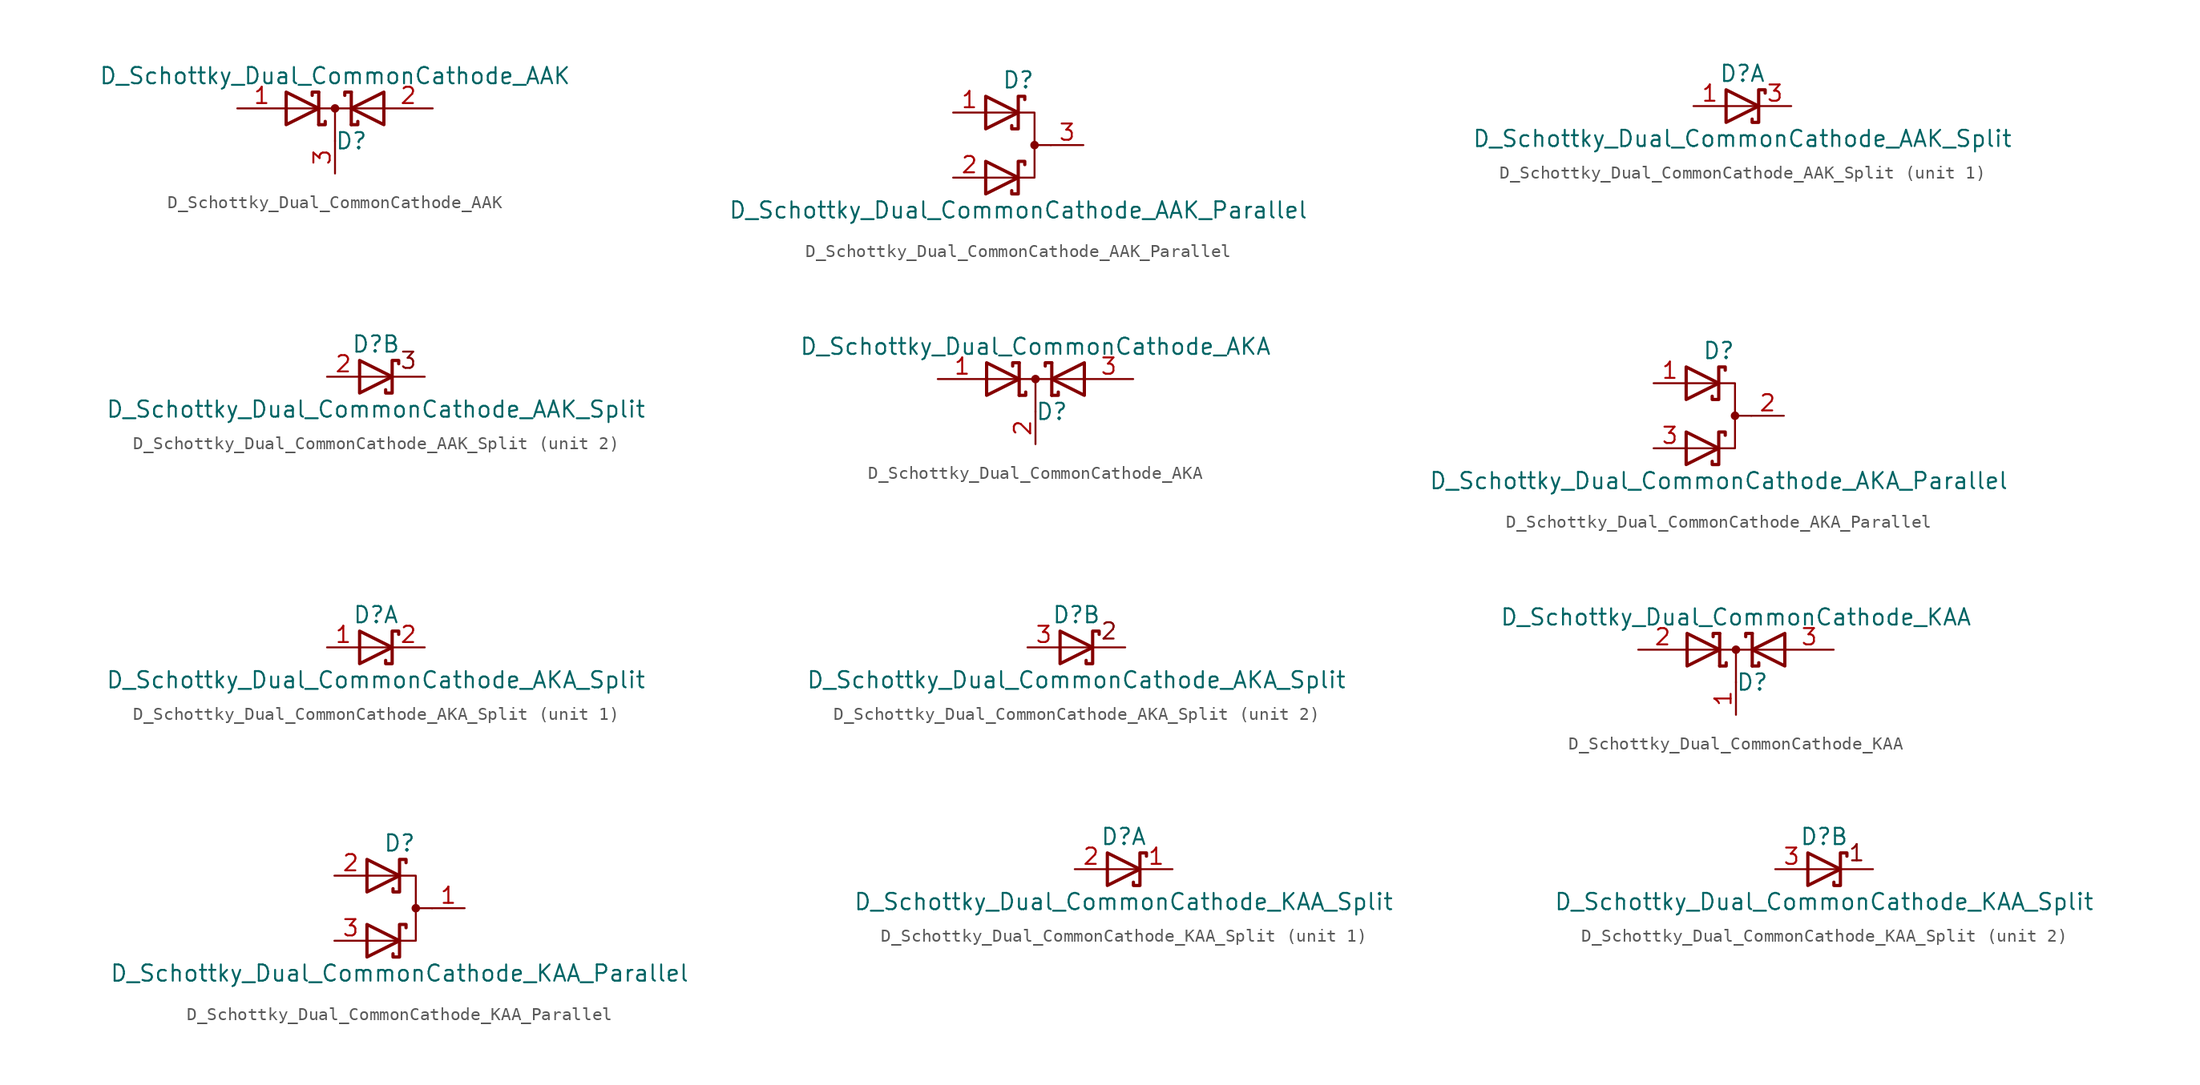
<source format=kicad_sym>
(kicad_symbol_lib
  (version 20241209)
  (generator "kicad_symbol_editor")
  (generator_version "9.0")
  (symbol "D_Schottky_Dual_CommonCathode_AAK"
    (pin_names
      (offset 0.762)
      (hide yes))
    (property "Reference" "D"
      (at 1.27 -2.54 0)
      (effects (font (size 1.27 1.27))))
    (property "Value" "D_Schottky_Dual_CommonCathode_AAK"
      (at 0 2.54 0)
      (effects (font (size 1.27 1.27))))
    (symbol "D_Schottky_Dual_CommonCathode_AAK_0_1"
      (polyline (pts (xy -3.81 1.27) (xy -1.27 0) (xy -3.81 -1.27) (xy -3.81 1.27) (xy -3.81 1.27) (xy -3.81 1.27)) (stroke (width 0.254) (type solid)) (fill (type none)))
      (polyline (pts (xy -3.81 0) (xy 3.81 0)) (stroke (width 0) (type solid)) (fill (type none)))
      (polyline (pts (xy -1.778 1.016) (xy -1.778 1.27) (xy -1.27 1.27) (xy -1.27 1.27) (xy -1.27 1.27)) (stroke (width 0.254) (type solid)) (fill (type none)))
      (polyline (pts (xy -1.27 -1.27) (xy -1.27 1.27) (xy -1.27 1.27)) (stroke (width 0.254) (type solid)) (fill (type none)))
      (polyline (pts (xy -1.27 -1.27) (xy -0.762 -1.27) (xy -0.762 -1.016) (xy -0.762 -1.016)) (stroke (width 0.254) (type solid)) (fill (type none)))
      (polyline (pts (xy 0 0) (xy 0 -2.54)) (stroke (width 0) (type solid)) (fill (type none)))
      (circle (center 0 0) (radius 0.254) (stroke (width 0) (type solid)) (fill (type outline)))
      (polyline (pts (xy 1.27 1.27) (xy 0.762 1.27) (xy 0.762 1.016) (xy 0.762 1.016)) (stroke (width 0.254) (type solid)) (fill (type none)))
      (polyline (pts (xy 1.27 -1.27) (xy 1.27 1.27) (xy 1.27 1.27)) (stroke (width 0.254) (type solid)) (fill (type none)))
      (polyline (pts (xy 1.27 -1.27) (xy 1.778 -1.27) (xy 1.778 -1.016) (xy 1.778 -1.016)) (stroke (width 0.254) (type solid)) (fill (type none)))
      (polyline (pts (xy 3.81 -1.27) (xy 1.27 0) (xy 3.81 1.27) (xy 3.81 -1.27) (xy 3.81 -1.27) (xy 3.81 -1.27)) (stroke (width 0.254) (type solid)) (fill (type none)))
      (pin passive line (at -7.62 0 0) (length 3.81) (name "A" (effects (font (size 1.27 1.27)))) (number "1" (effects (font (size 1.27 1.27)))))
      (pin passive line (at 0 -5.08 90) (length 2.54) (name "K" (effects (font (size 1.27 1.27)))) (number "3" (effects (font (size 1.27 1.27)))))
      (pin passive line (at 7.62 0 180) (length 3.81) (name "A" (effects (font (size 1.27 1.27)))) (number "2" (effects (font (size 1.27 1.27)))))))
  (symbol "D_Schottky_Dual_CommonCathode_AAK_Parallel"
    (pin_names
      (offset 0.762)
      (hide yes))
    (property "Reference" "D"
      (at 0 5.08 0)
      (effects (font (size 1.27 1.27))))
    (property "Value" "D_Schottky_Dual_CommonCathode_AAK_Parallel"
      (at 0 -5.08 0)
      (effects (font (size 1.27 1.27))))
    (symbol "D_Schottky_Dual_CommonCathode_AAK_Parallel_0_1"
      (polyline (pts (xy -2.54 3.81) (xy 0 2.54) (xy -2.54 1.27) (xy -2.54 3.81) (xy -2.54 3.81) (xy -2.54 3.81)) (stroke (width 0.254) (type solid)) (fill (type none)))
      (polyline (pts (xy -2.54 -1.27) (xy 0 -2.54) (xy -2.54 -3.81) (xy -2.54 -1.27) (xy -2.54 -1.27) (xy -2.54 -1.27)) (stroke (width 0.254) (type solid)) (fill (type none)))
      (polyline (pts (xy -2.54 -2.54) (xy 1.27 -2.54) (xy 1.27 2.54) (xy -2.54 2.54)) (stroke (width 0) (type solid)) (fill (type none)))
      (polyline (pts (xy 0.508 3.556) (xy 0.508 3.81) (xy 0 3.81) (xy 0 1.27) (xy -0.508 1.27) (xy -0.508 1.524)) (stroke (width 0.254) (type solid)) (fill (type none)))
      (polyline (pts (xy 0.508 -1.524) (xy 0.508 -1.27) (xy 0 -1.27) (xy 0 -3.81) (xy -0.508 -3.81) (xy -0.508 -3.556)) (stroke (width 0.254) (type solid)) (fill (type none)))
      (polyline (pts (xy 1.27 0) (xy 2.54 0)) (stroke (width 0) (type solid)) (fill (type none)))
      (circle (center 1.27 0) (radius 0.254) (stroke (width 0) (type solid)) (fill (type outline)))
      (pin passive line (at -5.08 2.54 0) (length 2.54) (name "K" (effects (font (size 1.27 1.27)))) (number "1" (effects (font (size 1.27 1.27)))))
      (pin passive line (at -5.08 -2.54 0) (length 2.54) (name "K" (effects (font (size 1.27 1.27)))) (number "2" (effects (font (size 1.27 1.27)))))
      (pin passive line (at 5.08 0 180) (length 2.54) (name "A" (effects (font (size 1.27 1.27)))) (number "3" (effects (font (size 1.27 1.27)))))))
  (symbol "D_Schottky_Dual_CommonCathode_AAK_Split"
    (pin_names
      (offset 0.762)
      (hide yes))
    (property "Reference" "D"
      (at 0 2.54 0)
      (effects (font (size 1.27 1.27))))
    (property "Value" "D_Schottky_Dual_CommonCathode_AAK_Split"
      (at 0 -2.54 0)
      (effects (font (size 1.27 1.27))))
    (property "ki_locked" ""
      (at 0 0 0)
      (effects (font (size 1.27 1.27))))
    (symbol "D_Schottky_Dual_CommonCathode_AAK_Split_0_1"
      (polyline (pts (xy -1.27 1.27) (xy 1.27 0) (xy -1.27 -1.27) (xy -1.27 1.27) (xy -1.27 1.27) (xy -1.27 1.27)) (stroke (width 0.254) (type solid)) (fill (type none)))
      (polyline (pts (xy 1.778 1.016) (xy 1.778 1.27) (xy 1.27 1.27) (xy 1.27 -1.27) (xy 0.762 -1.27) (xy 0.762 -1.016)) (stroke (width 0.254) (type solid)) (fill (type none))))
    (symbol "D_Schottky_Dual_CommonCathode_AAK_Split_1_1"
      (polyline (pts (xy 1.27 0) (xy -1.27 0)) (stroke (width 0) (type solid)) (fill (type none)))
      (pin passive line (at -3.81 0 0) (length 2.54) (name "A" (effects (font (size 1.27 1.27)))) (number "1" (effects (font (size 1.27 1.27)))))
      (pin passive line (at 3.81 0 180) (length 2.54) (name "K" (effects (font (size 1.27 1.27)))) (number "3" (effects (font (size 1.27 1.27))))))
    (symbol "D_Schottky_Dual_CommonCathode_AAK_Split_2_0"
      (polyline (pts (xy 3.81 0) (xy -1.27 0)) (stroke (width 0) (type solid)) (fill (type none)))
      (text "3" (at 2.54 1.27 0) (effects (font (size 1.27 1.27)))))
    (symbol "D_Schottky_Dual_CommonCathode_AAK_Split_2_1"
      (pin passive line (at -3.81 0 0) (length 2.54) (name "K" (effects (font (size 1.27 1.27)))) (number "2" (effects (font (size 1.27 1.27)))))))
  (symbol "D_Schottky_Dual_CommonCathode_AKA"
    (pin_names
      (offset 0.762)
      (hide yes))
    (property "Reference" "D"
      (at 1.27 -2.54 0)
      (effects (font (size 1.27 1.27))))
    (property "Value" "D_Schottky_Dual_CommonCathode_AKA"
      (at 0 2.54 0)
      (effects (font (size 1.27 1.27))))
    (symbol "D_Schottky_Dual_CommonCathode_AKA_0_1"
      (polyline (pts (xy -3.81 1.27) (xy -1.27 0) (xy -3.81 -1.27) (xy -3.81 1.27) (xy -3.81 1.27) (xy -3.81 1.27)) (stroke (width 0.254) (type solid)) (fill (type none)))
      (polyline (pts (xy -1.778 1.016) (xy -1.778 1.27) (xy -1.27 1.27) (xy -1.27 1.27) (xy -1.27 1.27)) (stroke (width 0.254) (type solid)) (fill (type none)))
      (polyline (pts (xy -1.27 -1.27) (xy -1.27 1.27) (xy -1.27 1.27)) (stroke (width 0.254) (type solid)) (fill (type none)))
      (polyline (pts (xy -1.27 -1.27) (xy -0.762 -1.27) (xy -0.762 -1.016) (xy -0.762 -1.016)) (stroke (width 0.254) (type solid)) (fill (type none)))
      (polyline (pts (xy 0 0) (xy 0 -2.54)) (stroke (width 0) (type solid)) (fill (type none)))
      (circle (center 0 0) (radius 0.254) (stroke (width 0) (type solid)) (fill (type outline)))
      (polyline (pts (xy 1.27 1.27) (xy 0.762 1.27) (xy 0.762 1.016) (xy 0.762 1.016)) (stroke (width 0.254) (type solid)) (fill (type none)))
      (polyline (pts (xy 1.27 -1.27) (xy 1.27 1.27) (xy 1.27 1.27)) (stroke (width 0.254) (type solid)) (fill (type none)))
      (polyline (pts (xy 1.27 -1.27) (xy 1.778 -1.27) (xy 1.778 -1.016) (xy 1.778 -1.016)) (stroke (width 0.254) (type solid)) (fill (type none)))
      (polyline (pts (xy 3.81 0) (xy -3.81 0)) (stroke (width 0) (type solid)) (fill (type none)))
      (polyline (pts (xy 3.81 -1.27) (xy 1.27 0) (xy 3.81 1.27) (xy 3.81 -1.27) (xy 3.81 -1.27) (xy 3.81 -1.27)) (stroke (width 0.254) (type solid)) (fill (type none)))
      (pin passive line (at -7.62 0 0) (length 3.81) (name "A" (effects (font (size 1.27 1.27)))) (number "1" (effects (font (size 1.27 1.27)))))
      (pin passive line (at 0 -5.08 90) (length 2.54) (name "K" (effects (font (size 1.27 1.27)))) (number "2" (effects (font (size 1.27 1.27)))))
      (pin passive line (at 7.62 0 180) (length 3.81) (name "A" (effects (font (size 1.27 1.27)))) (number "3" (effects (font (size 1.27 1.27)))))))
  (symbol "D_Schottky_Dual_CommonCathode_AKA_Parallel"
    (pin_names
      (offset 0.762)
      (hide yes))
    (property "Reference" "D"
      (at 0 5.08 0)
      (effects (font (size 1.27 1.27))))
    (property "Value" "D_Schottky_Dual_CommonCathode_AKA_Parallel"
      (at 0 -5.08 0)
      (effects (font (size 1.27 1.27))))
    (symbol "D_Schottky_Dual_CommonCathode_AKA_Parallel_0_1"
      (polyline (pts (xy -2.54 3.81) (xy 0 2.54) (xy -2.54 1.27) (xy -2.54 3.81) (xy -2.54 3.81) (xy -2.54 3.81)) (stroke (width 0.254) (type solid)) (fill (type none)))
      (polyline (pts (xy -2.54 -1.27) (xy 0 -2.54) (xy -2.54 -3.81) (xy -2.54 -1.27) (xy -2.54 -1.27) (xy -2.54 -1.27)) (stroke (width 0.254) (type solid)) (fill (type none)))
      (polyline (pts (xy -2.54 -2.54) (xy 1.27 -2.54) (xy 1.27 2.54) (xy -2.54 2.54)) (stroke (width 0) (type solid)) (fill (type none)))
      (polyline (pts (xy 0.508 3.556) (xy 0.508 3.81) (xy 0 3.81) (xy 0 1.27) (xy -0.508 1.27) (xy -0.508 1.524)) (stroke (width 0.254) (type solid)) (fill (type none)))
      (polyline (pts (xy 0.508 -1.524) (xy 0.508 -1.27) (xy 0 -1.27) (xy 0 -3.81) (xy -0.508 -3.81) (xy -0.508 -3.556)) (stroke (width 0.254) (type solid)) (fill (type none)))
      (polyline (pts (xy 1.27 0) (xy 2.54 0)) (stroke (width 0) (type solid)) (fill (type none)))
      (circle (center 1.27 0) (radius 0.254) (stroke (width 0) (type solid)) (fill (type outline)))
      (pin passive line (at -5.08 2.54 0) (length 2.54) (name "K" (effects (font (size 1.27 1.27)))) (number "1" (effects (font (size 1.27 1.27)))))
      (pin passive line (at -5.08 -2.54 0) (length 2.54) (name "K" (effects (font (size 1.27 1.27)))) (number "3" (effects (font (size 1.27 1.27)))))
      (pin passive line (at 5.08 0 180) (length 2.54) (name "A" (effects (font (size 1.27 1.27)))) (number "2" (effects (font (size 1.27 1.27)))))))
  (symbol "D_Schottky_Dual_CommonCathode_AKA_Split"
    (pin_names
      (offset 0.762)
      (hide yes))
    (property "Reference" "D"
      (at 0 2.54 0)
      (effects (font (size 1.27 1.27))))
    (property "Value" "D_Schottky_Dual_CommonCathode_AKA_Split"
      (at 0 -2.54 0)
      (effects (font (size 1.27 1.27))))
    (property "ki_locked" ""
      (at 0 0 0)
      (effects (font (size 1.27 1.27))))
    (symbol "D_Schottky_Dual_CommonCathode_AKA_Split_0_1"
      (polyline (pts (xy -1.27 1.27) (xy 1.27 0) (xy -1.27 -1.27) (xy -1.27 1.27) (xy -1.27 1.27) (xy -1.27 1.27)) (stroke (width 0.254) (type solid)) (fill (type none)))
      (polyline (pts (xy 1.778 1.016) (xy 1.778 1.27) (xy 1.27 1.27) (xy 1.27 -1.27) (xy 0.762 -1.27) (xy 0.762 -1.016)) (stroke (width 0.254) (type solid)) (fill (type none))))
    (symbol "D_Schottky_Dual_CommonCathode_AKA_Split_1_1"
      (polyline (pts (xy 1.27 0) (xy -1.27 0)) (stroke (width 0) (type solid)) (fill (type none)))
      (pin passive line (at -3.81 0 0) (length 2.54) (name "A" (effects (font (size 1.27 1.27)))) (number "1" (effects (font (size 1.27 1.27)))))
      (pin passive line (at 3.81 0 180) (length 2.54) (name "K" (effects (font (size 1.27 1.27)))) (number "2" (effects (font (size 1.27 1.27))))))
    (symbol "D_Schottky_Dual_CommonCathode_AKA_Split_2_0"
      (polyline (pts (xy 3.81 0) (xy -1.27 0)) (stroke (width 0) (type solid)) (fill (type none)))
      (text "2" (at 2.54 1.27 0) (effects (font (size 1.27 1.27)))))
    (symbol "D_Schottky_Dual_CommonCathode_AKA_Split_2_1"
      (pin passive line (at -3.81 0 0) (length 2.54) (name "K" (effects (font (size 1.27 1.27)))) (number "3" (effects (font (size 1.27 1.27)))))))
  (symbol "D_Schottky_Dual_CommonCathode_KAA"
    (pin_names
      (offset 0.762)
      (hide yes))
    (property "Reference" "D"
      (at 1.27 -2.54 0)
      (effects (font (size 1.27 1.27))))
    (property "Value" "D_Schottky_Dual_CommonCathode_KAA"
      (at 0 2.54 0)
      (effects (font (size 1.27 1.27))))
    (symbol "D_Schottky_Dual_CommonCathode_KAA_0_1"
      (polyline (pts (xy -3.81 1.27) (xy -1.27 0) (xy -3.81 -1.27) (xy -3.81 1.27) (xy -3.81 1.27) (xy -3.81 1.27)) (stroke (width 0.254) (type solid)) (fill (type none)))
      (polyline (pts (xy -3.81 0) (xy 3.81 0)) (stroke (width 0) (type solid)) (fill (type none)))
      (polyline (pts (xy -1.778 1.016) (xy -1.778 1.27) (xy -1.27 1.27) (xy -1.27 1.27) (xy -1.27 1.27)) (stroke (width 0.254) (type solid)) (fill (type none)))
      (polyline (pts (xy -1.27 -1.27) (xy -1.27 1.27) (xy -1.27 1.27)) (stroke (width 0.254) (type solid)) (fill (type none)))
      (polyline (pts (xy -1.27 -1.27) (xy -0.762 -1.27) (xy -0.762 -1.016) (xy -0.762 -1.016)) (stroke (width 0.254) (type solid)) (fill (type none)))
      (polyline (pts (xy 0 0) (xy 0 -2.54)) (stroke (width 0) (type solid)) (fill (type none)))
      (circle (center 0 0) (radius 0.254) (stroke (width 0) (type solid)) (fill (type outline)))
      (polyline (pts (xy 1.27 1.27) (xy 0.762 1.27) (xy 0.762 1.016) (xy 0.762 1.016)) (stroke (width 0.254) (type solid)) (fill (type none)))
      (polyline (pts (xy 1.27 -1.27) (xy 1.27 1.27) (xy 1.27 1.27)) (stroke (width 0.254) (type solid)) (fill (type none)))
      (polyline (pts (xy 1.27 -1.27) (xy 1.778 -1.27) (xy 1.778 -1.016) (xy 1.778 -1.016)) (stroke (width 0.254) (type solid)) (fill (type none)))
      (polyline (pts (xy 3.81 -1.27) (xy 1.27 0) (xy 3.81 1.27) (xy 3.81 -1.27) (xy 3.81 -1.27) (xy 3.81 -1.27)) (stroke (width 0.254) (type solid)) (fill (type none)))
      (pin passive line (at -7.62 0 0) (length 3.81) (name "A" (effects (font (size 1.27 1.27)))) (number "2" (effects (font (size 1.27 1.27)))))
      (pin passive line (at 0 -5.08 90) (length 2.54) (name "K" (effects (font (size 1.27 1.27)))) (number "1" (effects (font (size 1.27 1.27)))))
      (pin passive line (at 7.62 0 180) (length 3.81) (name "A" (effects (font (size 1.27 1.27)))) (number "3" (effects (font (size 1.27 1.27)))))))
  (symbol "D_Schottky_Dual_CommonCathode_KAA_Parallel"
    (pin_names
      (offset 0.762)
      (hide yes))
    (property "Reference" "D"
      (at 0 5.08 0)
      (effects (font (size 1.27 1.27))))
    (property "Value" "D_Schottky_Dual_CommonCathode_KAA_Parallel"
      (at 0 -5.08 0)
      (effects (font (size 1.27 1.27))))
    (symbol "D_Schottky_Dual_CommonCathode_KAA_Parallel_0_1"
      (polyline (pts (xy -2.54 3.81) (xy 0 2.54) (xy -2.54 1.27) (xy -2.54 3.81) (xy -2.54 3.81) (xy -2.54 3.81)) (stroke (width 0.254) (type solid)) (fill (type none)))
      (polyline (pts (xy -2.54 -1.27) (xy 0 -2.54) (xy -2.54 -3.81) (xy -2.54 -1.27) (xy -2.54 -1.27) (xy -2.54 -1.27)) (stroke (width 0.254) (type solid)) (fill (type none)))
      (polyline (pts (xy -2.54 -2.54) (xy 1.27 -2.54) (xy 1.27 2.54) (xy -2.54 2.54)) (stroke (width 0) (type solid)) (fill (type none)))
      (polyline (pts (xy 0.508 3.556) (xy 0.508 3.81) (xy 0 3.81) (xy 0 1.27) (xy -0.508 1.27) (xy -0.508 1.524)) (stroke (width 0.254) (type solid)) (fill (type none)))
      (polyline (pts (xy 0.508 -1.524) (xy 0.508 -1.27) (xy 0 -1.27) (xy 0 -3.81) (xy -0.508 -3.81) (xy -0.508 -3.556)) (stroke (width 0.254) (type solid)) (fill (type none)))
      (polyline (pts (xy 1.27 0) (xy 2.54 0)) (stroke (width 0) (type solid)) (fill (type none)))
      (circle (center 1.27 0) (radius 0.254) (stroke (width 0) (type solid)) (fill (type outline)))
      (pin passive line (at -5.08 2.54 0) (length 2.54) (name "K" (effects (font (size 1.27 1.27)))) (number "2" (effects (font (size 1.27 1.27)))))
      (pin passive line (at -5.08 -2.54 0) (length 2.54) (name "K" (effects (font (size 1.27 1.27)))) (number "3" (effects (font (size 1.27 1.27)))))
      (pin passive line (at 5.08 0 180) (length 2.54) (name "A" (effects (font (size 1.27 1.27)))) (number "1" (effects (font (size 1.27 1.27)))))))
  (symbol "D_Schottky_Dual_CommonCathode_KAA_Split"
    (pin_names
      (offset 0.762)
      (hide yes))
    (property "Reference" "D"
      (at 0 2.54 0)
      (effects (font (size 1.27 1.27))))
    (property "Value" "D_Schottky_Dual_CommonCathode_KAA_Split"
      (at 0 -2.54 0)
      (effects (font (size 1.27 1.27))))
    (property "ki_locked" ""
      (at 0 0 0)
      (effects (font (size 1.27 1.27))))
    (symbol "D_Schottky_Dual_CommonCathode_KAA_Split_0_1"
      (polyline (pts (xy -1.27 1.27) (xy 1.27 0) (xy -1.27 -1.27) (xy -1.27 1.27) (xy -1.27 1.27) (xy -1.27 1.27)) (stroke (width 0.254) (type solid)) (fill (type none)))
      (polyline (pts (xy 1.778 1.016) (xy 1.778 1.27) (xy 1.27 1.27) (xy 1.27 -1.27) (xy 0.762 -1.27) (xy 0.762 -1.016)) (stroke (width 0.254) (type solid)) (fill (type none))))
    (symbol "D_Schottky_Dual_CommonCathode_KAA_Split_1_1"
      (polyline (pts (xy 1.27 0) (xy -1.27 0)) (stroke (width 0) (type solid)) (fill (type none)))
      (pin passive line (at -3.81 0 0) (length 2.54) (name "A" (effects (font (size 1.27 1.27)))) (number "2" (effects (font (size 1.27 1.27)))))
      (pin passive line (at 3.81 0 180) (length 2.54) (name "K" (effects (font (size 1.27 1.27)))) (number "1" (effects (font (size 1.27 1.27))))))
    (symbol "D_Schottky_Dual_CommonCathode_KAA_Split_2_0"
      (polyline (pts (xy 3.81 0) (xy -1.27 0)) (stroke (width 0) (type solid)) (fill (type none)))
      (text "1" (at 2.54 1.27 0) (effects (font (size 1.27 1.27)))))
    (symbol "D_Schottky_Dual_CommonCathode_KAA_Split_2_1"
      (pin passive line (at -3.81 0 0) (length 2.54) (name "K" (effects (font (size 1.27 1.27)))) (number "3" (effects (font (size 1.27 1.27))))))))
</source>
